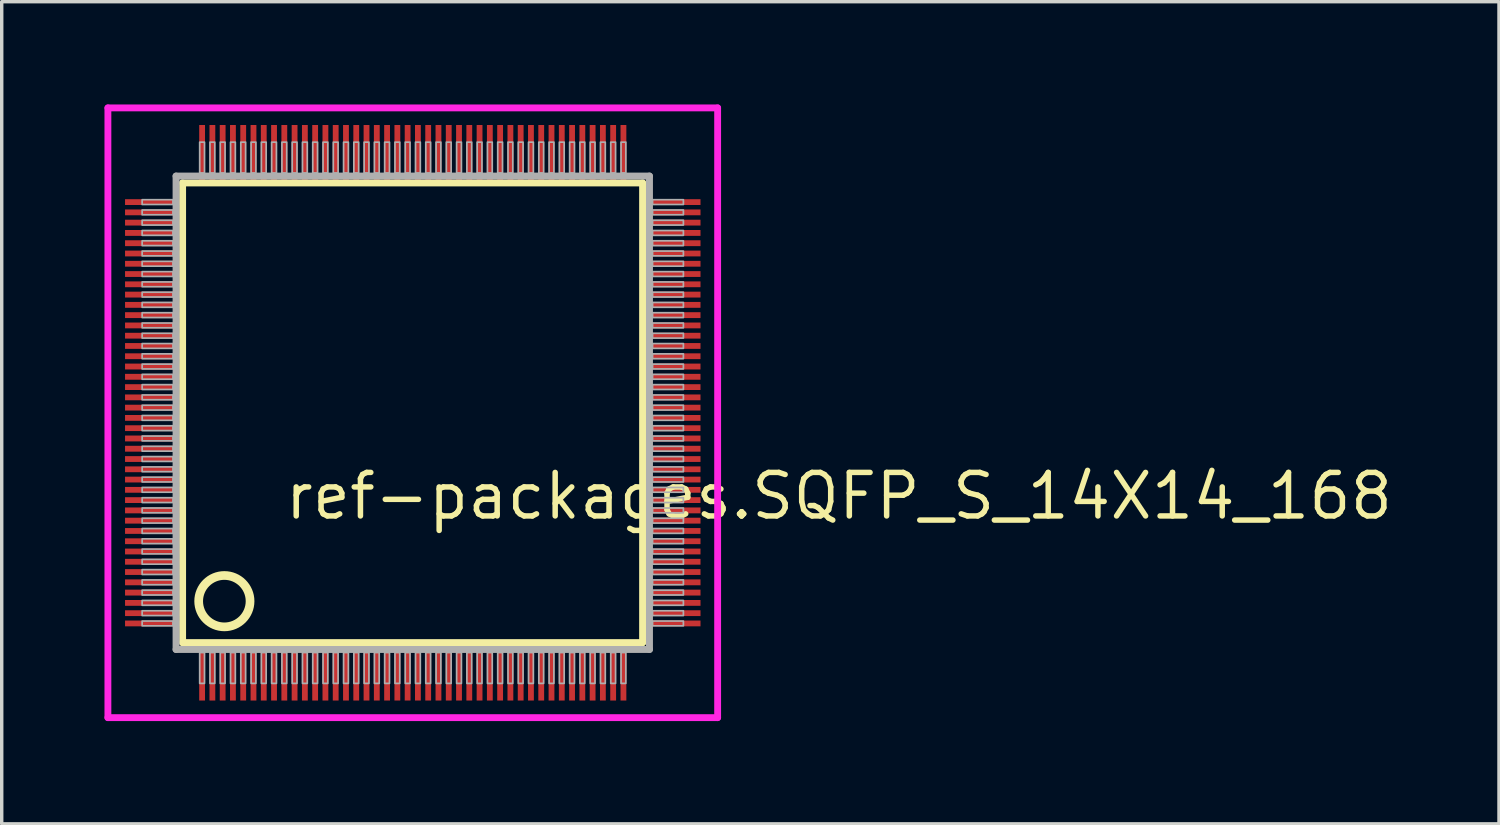
<source format=kicad_pcb>
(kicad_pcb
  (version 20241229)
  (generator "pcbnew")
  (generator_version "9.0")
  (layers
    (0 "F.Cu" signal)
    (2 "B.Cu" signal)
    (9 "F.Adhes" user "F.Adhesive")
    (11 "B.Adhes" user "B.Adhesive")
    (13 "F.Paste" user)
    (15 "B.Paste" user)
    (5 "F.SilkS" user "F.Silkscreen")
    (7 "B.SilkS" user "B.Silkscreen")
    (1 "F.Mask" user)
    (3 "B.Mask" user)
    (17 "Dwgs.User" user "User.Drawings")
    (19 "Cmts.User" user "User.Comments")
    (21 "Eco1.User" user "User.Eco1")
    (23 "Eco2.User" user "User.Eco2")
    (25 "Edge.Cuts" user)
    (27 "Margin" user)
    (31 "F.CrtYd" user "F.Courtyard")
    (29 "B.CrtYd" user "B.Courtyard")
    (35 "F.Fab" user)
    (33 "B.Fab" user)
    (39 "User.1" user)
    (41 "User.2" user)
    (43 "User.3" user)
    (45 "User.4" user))
  (footprint "ref-packages.SQFP_S_14X14_168"
    (layer "F.Cu")
    (at 9 9)
    (property "Reference" "ref-packages.SQFP_S_14X14_168" (at -3.81 3.175 0) (layer "F.SilkS") (effects (font (size 1.27 1.27) (thickness 0.16)) (justify left bottom)))
    (attr smd)
    (fp_line (start -6.72 -6.71) (end 6.71 -6.71) (stroke (width 0.203) (type default)) (layer "F.SilkS"))
    (fp_line (start -6.72 6.71) (end -6.72 -6.71) (stroke (width 0.203) (type default)) (layer "F.SilkS"))
    (fp_line (start 6.71 -6.71) (end 6.71 6.71) (stroke (width 0.203) (type default)) (layer "F.SilkS"))
    (fp_line (start 6.71 6.71) (end -6.72 6.71) (stroke (width 0.203) (type default)) (layer "F.SilkS"))
    (fp_circle (center -5.5 5.5) (end -4.75 5.5) (stroke (width 0.254) (type default)) (fill no) (layer "F.SilkS"))
    (fp_line (start -8.9 -8.9) (end 8.9 -8.9) (stroke (width 0.2) (type default)) (layer "F.CrtYd"))
    (fp_line (start -8.9 8.9) (end -8.9 -8.9) (stroke (width 0.2) (type default)) (layer "F.CrtYd"))
    (fp_line (start 8.9 -8.9) (end 8.9 8.9) (stroke (width 0.2) (type default)) (layer "F.CrtYd"))
    (fp_line (start 8.9 8.9) (end -8.9 8.9) (stroke (width 0.2) (type default)) (layer "F.CrtYd"))
    (fp_line (start -6.91 -6.91) (end -6.91 6.91) (stroke (width 0.203) (type default)) (layer "F.Fab"))
    (fp_line (start -6.91 6.91) (end 6.91 6.91) (stroke (width 0.203) (type default)) (layer "F.Fab"))
    (fp_line (start 6.91 -6.91) (end -6.91 -6.91) (stroke (width 0.203) (type default)) (layer "F.Fab"))
    (fp_line (start 6.91 6.91) (end 6.91 -6.91) (stroke (width 0.203) (type default)) (layer "F.Fab"))
    (fp_rect (start -7.9 -6.08) (end -7 -6.22) (stroke (width 0.05) (type default)) (fill no) (layer "F.Fab"))
    (fp_rect (start -7.9 -5.78) (end -7 -5.92) (stroke (width 0.05) (type default)) (fill no) (layer "F.Fab"))
    (fp_rect (start -7.9 -5.48) (end -7 -5.62) (stroke (width 0.05) (type default)) (fill no) (layer "F.Fab"))
    (fp_rect (start -7.9 -5.18) (end -7 -5.32) (stroke (width 0.05) (type default)) (fill no) (layer "F.Fab"))
    (fp_rect (start -7.9 -4.88) (end -7 -5.02) (stroke (width 0.05) (type default)) (fill no) (layer "F.Fab"))
    (fp_rect (start -7.9 -4.58) (end -7 -4.72) (stroke (width 0.05) (type default)) (fill no) (layer "F.Fab"))
    (fp_rect (start -7.9 -4.28) (end -7 -4.42) (stroke (width 0.05) (type default)) (fill no) (layer "F.Fab"))
    (fp_rect (start -7.9 -3.98) (end -7 -4.12) (stroke (width 0.05) (type default)) (fill no) (layer "F.Fab"))
    (fp_rect (start -7.9 -3.68) (end -7 -3.82) (stroke (width 0.05) (type default)) (fill no) (layer "F.Fab"))
    (fp_rect (start -7.9 -3.38) (end -7 -3.52) (stroke (width 0.05) (type default)) (fill no) (layer "F.Fab"))
    (fp_rect (start -7.9 -3.08) (end -7 -3.22) (stroke (width 0.05) (type default)) (fill no) (layer "F.Fab"))
    (fp_rect (start -7.9 -2.78) (end -7 -2.92) (stroke (width 0.05) (type default)) (fill no) (layer "F.Fab"))
    (fp_rect (start -7.9 -2.48) (end -7 -2.62) (stroke (width 0.05) (type default)) (fill no) (layer "F.Fab"))
    (fp_rect (start -7.9 -2.18) (end -7 -2.32) (stroke (width 0.05) (type default)) (fill no) (layer "F.Fab"))
    (fp_rect (start -7.9 -1.88) (end -7 -2.02) (stroke (width 0.05) (type default)) (fill no) (layer "F.Fab"))
    (fp_rect (start -7.9 -1.58) (end -7 -1.72) (stroke (width 0.05) (type default)) (fill no) (layer "F.Fab"))
    (fp_rect (start -7.9 -1.28) (end -7 -1.42) (stroke (width 0.05) (type default)) (fill no) (layer "F.Fab"))
    (fp_rect (start -7.9 -0.98) (end -7 -1.12) (stroke (width 0.05) (type default)) (fill no) (layer "F.Fab"))
    (fp_rect (start -7.9 -0.68) (end -7 -0.82) (stroke (width 0.05) (type default)) (fill no) (layer "F.Fab"))
    (fp_rect (start -7.9 -0.38) (end -7 -0.52) (stroke (width 0.05) (type default)) (fill no) (layer "F.Fab"))
    (fp_rect (start -7.9 -0.08) (end -7 -0.22) (stroke (width 0.05) (type default)) (fill no) (layer "F.Fab"))
    (fp_rect (start -7.9 0.22) (end -7 0.08) (stroke (width 0.05) (type default)) (fill no) (layer "F.Fab"))
    (fp_rect (start -7.9 0.52) (end -7 0.38) (stroke (width 0.05) (type default)) (fill no) (layer "F.Fab"))
    (fp_rect (start -7.9 0.82) (end -7 0.68) (stroke (width 0.05) (type default)) (fill no) (layer "F.Fab"))
    (fp_rect (start -7.9 1.12) (end -7 0.98) (stroke (width 0.05) (type default)) (fill no) (layer "F.Fab"))
    (fp_rect (start -7.9 1.42) (end -7 1.28) (stroke (width 0.05) (type default)) (fill no) (layer "F.Fab"))
    (fp_rect (start -7.9 1.72) (end -7 1.58) (stroke (width 0.05) (type default)) (fill no) (layer "F.Fab"))
    (fp_rect (start -7.9 2.02) (end -7 1.88) (stroke (width 0.05) (type default)) (fill no) (layer "F.Fab"))
    (fp_rect (start -7.9 2.32) (end -7 2.18) (stroke (width 0.05) (type default)) (fill no) (layer "F.Fab"))
    (fp_rect (start -7.9 2.62) (end -7 2.48) (stroke (width 0.05) (type default)) (fill no) (layer "F.Fab"))
    (fp_rect (start -7.9 2.92) (end -7 2.78) (stroke (width 0.05) (type default)) (fill no) (layer "F.Fab"))
    (fp_rect (start -7.9 3.22) (end -7 3.08) (stroke (width 0.05) (type default)) (fill no) (layer "F.Fab"))
    (fp_rect (start -7.9 3.52) (end -7 3.38) (stroke (width 0.05) (type default)) (fill no) (layer "F.Fab"))
    (fp_rect (start -7.9 3.82) (end -7 3.68) (stroke (width 0.05) (type default)) (fill no) (layer "F.Fab"))
    (fp_rect (start -7.9 4.12) (end -7 3.98) (stroke (width 0.05) (type default)) (fill no) (layer "F.Fab"))
    (fp_rect (start -7.9 4.42) (end -7 4.28) (stroke (width 0.05) (type default)) (fill no) (layer "F.Fab"))
    (fp_rect (start -7.9 4.72) (end -7 4.58) (stroke (width 0.05) (type default)) (fill no) (layer "F.Fab"))
    (fp_rect (start -7.9 5.02) (end -7 4.88) (stroke (width 0.05) (type default)) (fill no) (layer "F.Fab"))
    (fp_rect (start -7.9 5.32) (end -7 5.18) (stroke (width 0.05) (type default)) (fill no) (layer "F.Fab"))
    (fp_rect (start -7.9 5.62) (end -7 5.48) (stroke (width 0.05) (type default)) (fill no) (layer "F.Fab"))
    (fp_rect (start -7.9 5.92) (end -7 5.78) (stroke (width 0.05) (type default)) (fill no) (layer "F.Fab"))
    (fp_rect (start -7.9 6.22) (end -7 6.08) (stroke (width 0.05) (type default)) (fill no) (layer "F.Fab"))
    (fp_rect (start -6.22 -7) (end -6.08 -7.9) (stroke (width 0.05) (type default)) (fill no) (layer "F.Fab"))
    (fp_rect (start -6.22 7.9) (end -6.08 7) (stroke (width 0.05) (type default)) (fill no) (layer "F.Fab"))
    (fp_rect (start -5.92 -7) (end -5.78 -7.9) (stroke (width 0.05) (type default)) (fill no) (layer "F.Fab"))
    (fp_rect (start -5.92 7.9) (end -5.78 7) (stroke (width 0.05) (type default)) (fill no) (layer "F.Fab"))
    (fp_rect (start -5.62 -7) (end -5.48 -7.9) (stroke (width 0.05) (type default)) (fill no) (layer "F.Fab"))
    (fp_rect (start -5.62 7.9) (end -5.48 7) (stroke (width 0.05) (type default)) (fill no) (layer "F.Fab"))
    (fp_rect (start -5.32 -7) (end -5.18 -7.9) (stroke (width 0.05) (type default)) (fill no) (layer "F.Fab"))
    (fp_rect (start -5.32 7.9) (end -5.18 7) (stroke (width 0.05) (type default)) (fill no) (layer "F.Fab"))
    (fp_rect (start -5.02 -7) (end -4.88 -7.9) (stroke (width 0.05) (type default)) (fill no) (layer "F.Fab"))
    (fp_rect (start -5.02 7.9) (end -4.88 7) (stroke (width 0.05) (type default)) (fill no) (layer "F.Fab"))
    (fp_rect (start -4.72 -7) (end -4.58 -7.9) (stroke (width 0.05) (type default)) (fill no) (layer "F.Fab"))
    (fp_rect (start -4.72 7.9) (end -4.58 7) (stroke (width 0.05) (type default)) (fill no) (layer "F.Fab"))
    (fp_rect (start -4.42 -7) (end -4.28 -7.9) (stroke (width 0.05) (type default)) (fill no) (layer "F.Fab"))
    (fp_rect (start -4.42 7.9) (end -4.28 7) (stroke (width 0.05) (type default)) (fill no) (layer "F.Fab"))
    (fp_rect (start -4.12 -7) (end -3.98 -7.9) (stroke (width 0.05) (type default)) (fill no) (layer "F.Fab"))
    (fp_rect (start -4.12 7.9) (end -3.98 7) (stroke (width 0.05) (type default)) (fill no) (layer "F.Fab"))
    (fp_rect (start -3.82 -7) (end -3.68 -7.9) (stroke (width 0.05) (type default)) (fill no) (layer "F.Fab"))
    (fp_rect (start -3.82 7.9) (end -3.68 7) (stroke (width 0.05) (type default)) (fill no) (layer "F.Fab"))
    (fp_rect (start -3.52 -7) (end -3.38 -7.9) (stroke (width 0.05) (type default)) (fill no) (layer "F.Fab"))
    (fp_rect (start -3.52 7.9) (end -3.38 7) (stroke (width 0.05) (type default)) (fill no) (layer "F.Fab"))
    (fp_rect (start -3.22 -7) (end -3.08 -7.9) (stroke (width 0.05) (type default)) (fill no) (layer "F.Fab"))
    (fp_rect (start -3.22 7.9) (end -3.08 7) (stroke (width 0.05) (type default)) (fill no) (layer "F.Fab"))
    (fp_rect (start -2.92 -7) (end -2.78 -7.9) (stroke (width 0.05) (type default)) (fill no) (layer "F.Fab"))
    (fp_rect (start -2.92 7.9) (end -2.78 7) (stroke (width 0.05) (type default)) (fill no) (layer "F.Fab"))
    (fp_rect (start -2.62 -7) (end -2.48 -7.9) (stroke (width 0.05) (type default)) (fill no) (layer "F.Fab"))
    (fp_rect (start -2.62 7.9) (end -2.48 7) (stroke (width 0.05) (type default)) (fill no) (layer "F.Fab"))
    (fp_rect (start -2.32 -7) (end -2.18 -7.9) (stroke (width 0.05) (type default)) (fill no) (layer "F.Fab"))
    (fp_rect (start -2.32 7.9) (end -2.18 7) (stroke (width 0.05) (type default)) (fill no) (layer "F.Fab"))
    (fp_rect (start -2.02 -7) (end -1.88 -7.9) (stroke (width 0.05) (type default)) (fill no) (layer "F.Fab"))
    (fp_rect (start -2.02 7.9) (end -1.88 7) (stroke (width 0.05) (type default)) (fill no) (layer "F.Fab"))
    (fp_rect (start -1.72 -7) (end -1.58 -7.9) (stroke (width 0.05) (type default)) (fill no) (layer "F.Fab"))
    (fp_rect (start -1.72 7.9) (end -1.58 7) (stroke (width 0.05) (type default)) (fill no) (layer "F.Fab"))
    (fp_rect (start -1.42 -7) (end -1.28 -7.9) (stroke (width 0.05) (type default)) (fill no) (layer "F.Fab"))
    (fp_rect (start -1.42 7.9) (end -1.28 7) (stroke (width 0.05) (type default)) (fill no) (layer "F.Fab"))
    (fp_rect (start -1.12 -7) (end -0.98 -7.9) (stroke (width 0.05) (type default)) (fill no) (layer "F.Fab"))
    (fp_rect (start -1.12 7.9) (end -0.98 7) (stroke (width 0.05) (type default)) (fill no) (layer "F.Fab"))
    (fp_rect (start -0.82 -7) (end -0.68 -7.9) (stroke (width 0.05) (type default)) (fill no) (layer "F.Fab"))
    (fp_rect (start -0.82 7.9) (end -0.68 7) (stroke (width 0.05) (type default)) (fill no) (layer "F.Fab"))
    (fp_rect (start -0.52 -7) (end -0.38 -7.9) (stroke (width 0.05) (type default)) (fill no) (layer "F.Fab"))
    (fp_rect (start -0.52 7.9) (end -0.38 7) (stroke (width 0.05) (type default)) (fill no) (layer "F.Fab"))
    (fp_rect (start -0.22 -7) (end -0.08 -7.9) (stroke (width 0.05) (type default)) (fill no) (layer "F.Fab"))
    (fp_rect (start -0.22 7.9) (end -0.08 7) (stroke (width 0.05) (type default)) (fill no) (layer "F.Fab"))
    (fp_rect (start 0.08 -7) (end 0.22 -7.9) (stroke (width 0.05) (type default)) (fill no) (layer "F.Fab"))
    (fp_rect (start 0.08 7.9) (end 0.22 7) (stroke (width 0.05) (type default)) (fill no) (layer "F.Fab"))
    (fp_rect (start 0.38 -7) (end 0.52 -7.9) (stroke (width 0.05) (type default)) (fill no) (layer "F.Fab"))
    (fp_rect (start 0.38 7.9) (end 0.52 7) (stroke (width 0.05) (type default)) (fill no) (layer "F.Fab"))
    (fp_rect (start 0.68 -7) (end 0.82 -7.9) (stroke (width 0.05) (type default)) (fill no) (layer "F.Fab"))
    (fp_rect (start 0.68 7.9) (end 0.82 7) (stroke (width 0.05) (type default)) (fill no) (layer "F.Fab"))
    (fp_rect (start 0.98 -7) (end 1.12 -7.9) (stroke (width 0.05) (type default)) (fill no) (layer "F.Fab"))
    (fp_rect (start 0.98 7.9) (end 1.12 7) (stroke (width 0.05) (type default)) (fill no) (layer "F.Fab"))
    (fp_rect (start 1.28 -7) (end 1.42 -7.9) (stroke (width 0.05) (type default)) (fill no) (layer "F.Fab"))
    (fp_rect (start 1.28 7.9) (end 1.42 7) (stroke (width 0.05) (type default)) (fill no) (layer "F.Fab"))
    (fp_rect (start 1.58 -7) (end 1.72 -7.9) (stroke (width 0.05) (type default)) (fill no) (layer "F.Fab"))
    (fp_rect (start 1.58 7.9) (end 1.72 7) (stroke (width 0.05) (type default)) (fill no) (layer "F.Fab"))
    (fp_rect (start 1.88 -7) (end 2.02 -7.9) (stroke (width 0.05) (type default)) (fill no) (layer "F.Fab"))
    (fp_rect (start 1.88 7.9) (end 2.02 7) (stroke (width 0.05) (type default)) (fill no) (layer "F.Fab"))
    (fp_rect (start 2.18 -7) (end 2.32 -7.9) (stroke (width 0.05) (type default)) (fill no) (layer "F.Fab"))
    (fp_rect (start 2.18 7.9) (end 2.32 7) (stroke (width 0.05) (type default)) (fill no) (layer "F.Fab"))
    (fp_rect (start 2.48 -7) (end 2.62 -7.9) (stroke (width 0.05) (type default)) (fill no) (layer "F.Fab"))
    (fp_rect (start 2.48 7.9) (end 2.62 7) (stroke (width 0.05) (type default)) (fill no) (layer "F.Fab"))
    (fp_rect (start 2.78 -7) (end 2.92 -7.9) (stroke (width 0.05) (type default)) (fill no) (layer "F.Fab"))
    (fp_rect (start 2.78 7.9) (end 2.92 7) (stroke (width 0.05) (type default)) (fill no) (layer "F.Fab"))
    (fp_rect (start 3.08 -7) (end 3.22 -7.9) (stroke (width 0.05) (type default)) (fill no) (layer "F.Fab"))
    (fp_rect (start 3.08 7.9) (end 3.22 7) (stroke (width 0.05) (type default)) (fill no) (layer "F.Fab"))
    (fp_rect (start 3.38 -7) (end 3.52 -7.9) (stroke (width 0.05) (type default)) (fill no) (layer "F.Fab"))
    (fp_rect (start 3.38 7.9) (end 3.52 7) (stroke (width 0.05) (type default)) (fill no) (layer "F.Fab"))
    (fp_rect (start 3.68 -7) (end 3.82 -7.9) (stroke (width 0.05) (type default)) (fill no) (layer "F.Fab"))
    (fp_rect (start 3.68 7.9) (end 3.82 7) (stroke (width 0.05) (type default)) (fill no) (layer "F.Fab"))
    (fp_rect (start 3.98 -7) (end 4.12 -7.9) (stroke (width 0.05) (type default)) (fill no) (layer "F.Fab"))
    (fp_rect (start 3.98 7.9) (end 4.12 7) (stroke (width 0.05) (type default)) (fill no) (layer "F.Fab"))
    (fp_rect (start 4.28 -7) (end 4.42 -7.9) (stroke (width 0.05) (type default)) (fill no) (layer "F.Fab"))
    (fp_rect (start 4.28 7.9) (end 4.42 7) (stroke (width 0.05) (type default)) (fill no) (layer "F.Fab"))
    (fp_rect (start 4.58 -7) (end 4.72 -7.9) (stroke (width 0.05) (type default)) (fill no) (layer "F.Fab"))
    (fp_rect (start 4.58 7.9) (end 4.72 7) (stroke (width 0.05) (type default)) (fill no) (layer "F.Fab"))
    (fp_rect (start 4.88 -7) (end 5.02 -7.9) (stroke (width 0.05) (type default)) (fill no) (layer "F.Fab"))
    (fp_rect (start 4.88 7.9) (end 5.02 7) (stroke (width 0.05) (type default)) (fill no) (layer "F.Fab"))
    (fp_rect (start 5.18 -7) (end 5.32 -7.9) (stroke (width 0.05) (type default)) (fill no) (layer "F.Fab"))
    (fp_rect (start 5.18 7.9) (end 5.32 7) (stroke (width 0.05) (type default)) (fill no) (layer "F.Fab"))
    (fp_rect (start 5.48 -7) (end 5.62 -7.9) (stroke (width 0.05) (type default)) (fill no) (layer "F.Fab"))
    (fp_rect (start 5.48 7.9) (end 5.62 7) (stroke (width 0.05) (type default)) (fill no) (layer "F.Fab"))
    (fp_rect (start 5.78 -7) (end 5.92 -7.9) (stroke (width 0.05) (type default)) (fill no) (layer "F.Fab"))
    (fp_rect (start 5.78 7.9) (end 5.92 7) (stroke (width 0.05) (type default)) (fill no) (layer "F.Fab"))
    (fp_rect (start 6.08 -7) (end 6.22 -7.9) (stroke (width 0.05) (type default)) (fill no) (layer "F.Fab"))
    (fp_rect (start 6.08 7.9) (end 6.22 7) (stroke (width 0.05) (type default)) (fill no) (layer "F.Fab"))
    (fp_rect (start 7 -6.08) (end 7.9 -6.22) (stroke (width 0.05) (type default)) (fill no) (layer "F.Fab"))
    (fp_rect (start 7 -5.78) (end 7.9 -5.92) (stroke (width 0.05) (type default)) (fill no) (layer "F.Fab"))
    (fp_rect (start 7 -5.48) (end 7.9 -5.62) (stroke (width 0.05) (type default)) (fill no) (layer "F.Fab"))
    (fp_rect (start 7 -5.18) (end 7.9 -5.32) (stroke (width 0.05) (type default)) (fill no) (layer "F.Fab"))
    (fp_rect (start 7 -4.88) (end 7.9 -5.02) (stroke (width 0.05) (type default)) (fill no) (layer "F.Fab"))
    (fp_rect (start 7 -4.58) (end 7.9 -4.72) (stroke (width 0.05) (type default)) (fill no) (layer "F.Fab"))
    (fp_rect (start 7 -4.28) (end 7.9 -4.42) (stroke (width 0.05) (type default)) (fill no) (layer "F.Fab"))
    (fp_rect (start 7 -3.98) (end 7.9 -4.12) (stroke (width 0.05) (type default)) (fill no) (layer "F.Fab"))
    (fp_rect (start 7 -3.68) (end 7.9 -3.82) (stroke (width 0.05) (type default)) (fill no) (layer "F.Fab"))
    (fp_rect (start 7 -3.38) (end 7.9 -3.52) (stroke (width 0.05) (type default)) (fill no) (layer "F.Fab"))
    (fp_rect (start 7 -3.08) (end 7.9 -3.22) (stroke (width 0.05) (type default)) (fill no) (layer "F.Fab"))
    (fp_rect (start 7 -2.78) (end 7.9 -2.92) (stroke (width 0.05) (type default)) (fill no) (layer "F.Fab"))
    (fp_rect (start 7 -2.48) (end 7.9 -2.62) (stroke (width 0.05) (type default)) (fill no) (layer "F.Fab"))
    (fp_rect (start 7 -2.18) (end 7.9 -2.32) (stroke (width 0.05) (type default)) (fill no) (layer "F.Fab"))
    (fp_rect (start 7 -1.88) (end 7.9 -2.02) (stroke (width 0.05) (type default)) (fill no) (layer "F.Fab"))
    (fp_rect (start 7 -1.58) (end 7.9 -1.72) (stroke (width 0.05) (type default)) (fill no) (layer "F.Fab"))
    (fp_rect (start 7 -1.28) (end 7.9 -1.42) (stroke (width 0.05) (type default)) (fill no) (layer "F.Fab"))
    (fp_rect (start 7 -0.98) (end 7.9 -1.12) (stroke (width 0.05) (type default)) (fill no) (layer "F.Fab"))
    (fp_rect (start 7 -0.68) (end 7.9 -0.82) (stroke (width 0.05) (type default)) (fill no) (layer "F.Fab"))
    (fp_rect (start 7 -0.38) (end 7.9 -0.52) (stroke (width 0.05) (type default)) (fill no) (layer "F.Fab"))
    (fp_rect (start 7 -0.08) (end 7.9 -0.22) (stroke (width 0.05) (type default)) (fill no) (layer "F.Fab"))
    (fp_rect (start 7 0.22) (end 7.9 0.08) (stroke (width 0.05) (type default)) (fill no) (layer "F.Fab"))
    (fp_rect (start 7 0.52) (end 7.9 0.38) (stroke (width 0.05) (type default)) (fill no) (layer "F.Fab"))
    (fp_rect (start 7 0.82) (end 7.9 0.68) (stroke (width 0.05) (type default)) (fill no) (layer "F.Fab"))
    (fp_rect (start 7 1.12) (end 7.9 0.98) (stroke (width 0.05) (type default)) (fill no) (layer "F.Fab"))
    (fp_rect (start 7 1.42) (end 7.9 1.28) (stroke (width 0.05) (type default)) (fill no) (layer "F.Fab"))
    (fp_rect (start 7 1.72) (end 7.9 1.58) (stroke (width 0.05) (type default)) (fill no) (layer "F.Fab"))
    (fp_rect (start 7 2.02) (end 7.9 1.88) (stroke (width 0.05) (type default)) (fill no) (layer "F.Fab"))
    (fp_rect (start 7 2.32) (end 7.9 2.18) (stroke (width 0.05) (type default)) (fill no) (layer "F.Fab"))
    (fp_rect (start 7 2.62) (end 7.9 2.48) (stroke (width 0.05) (type default)) (fill no) (layer "F.Fab"))
    (fp_rect (start 7 2.92) (end 7.9 2.78) (stroke (width 0.05) (type default)) (fill no) (layer "F.Fab"))
    (fp_rect (start 7 3.22) (end 7.9 3.08) (stroke (width 0.05) (type default)) (fill no) (layer "F.Fab"))
    (fp_rect (start 7 3.52) (end 7.9 3.38) (stroke (width 0.05) (type default)) (fill no) (layer "F.Fab"))
    (fp_rect (start 7 3.82) (end 7.9 3.68) (stroke (width 0.05) (type default)) (fill no) (layer "F.Fab"))
    (fp_rect (start 7 4.12) (end 7.9 3.98) (stroke (width 0.05) (type default)) (fill no) (layer "F.Fab"))
    (fp_rect (start 7 4.42) (end 7.9 4.28) (stroke (width 0.05) (type default)) (fill no) (layer "F.Fab"))
    (fp_rect (start 7 4.72) (end 7.9 4.58) (stroke (width 0.05) (type default)) (fill no) (layer "F.Fab"))
    (fp_rect (start 7 5.02) (end 7.9 4.88) (stroke (width 0.05) (type default)) (fill no) (layer "F.Fab"))
    (fp_rect (start 7 5.32) (end 7.9 5.18) (stroke (width 0.05) (type default)) (fill no) (layer "F.Fab"))
    (fp_rect (start 7 5.62) (end 7.9 5.48) (stroke (width 0.05) (type default)) (fill no) (layer "F.Fab"))
    (fp_rect (start 7 5.92) (end 7.9 5.78) (stroke (width 0.05) (type default)) (fill no) (layer "F.Fab"))
    (fp_rect (start 7 6.22) (end 7.9 6.08) (stroke (width 0.05) (type default)) (fill no) (layer "F.Fab"))
    (pad "1" smd roundrect (at -6.15 7.6) (size 0.17 1.6) (layers "F.Cu" "F.Mask" "F.Paste") (roundrect_rratio 0.01))
    (pad "2" smd roundrect (at -5.85 7.6) (size 0.17 1.6) (layers "F.Cu" "F.Mask" "F.Paste") (roundrect_rratio 0.01))
    (pad "3" smd roundrect (at -5.55 7.6) (size 0.17 1.6) (layers "F.Cu" "F.Mask" "F.Paste") (roundrect_rratio 0.01))
    (pad "4" smd roundrect (at -5.25 7.6) (size 0.17 1.6) (layers "F.Cu" "F.Mask" "F.Paste") (roundrect_rratio 0.01))
    (pad "5" smd roundrect (at -4.95 7.6) (size 0.17 1.6) (layers "F.Cu" "F.Mask" "F.Paste") (roundrect_rratio 0.01))
    (pad "6" smd roundrect (at -4.65 7.6) (size 0.17 1.6) (layers "F.Cu" "F.Mask" "F.Paste") (roundrect_rratio 0.01))
    (pad "7" smd roundrect (at -4.35 7.6) (size 0.17 1.6) (layers "F.Cu" "F.Mask" "F.Paste") (roundrect_rratio 0.01))
    (pad "8" smd roundrect (at -4.05 7.6) (size 0.17 1.6) (layers "F.Cu" "F.Mask" "F.Paste") (roundrect_rratio 0.01))
    (pad "9" smd roundrect (at -3.75 7.6) (size 0.17 1.6) (layers "F.Cu" "F.Mask" "F.Paste") (roundrect_rratio 0.01))
    (pad "10" smd roundrect (at -3.45 7.6) (size 0.17 1.6) (layers "F.Cu" "F.Mask" "F.Paste") (roundrect_rratio 0.01))
    (pad "11" smd roundrect (at -3.15 7.6) (size 0.17 1.6) (layers "F.Cu" "F.Mask" "F.Paste") (roundrect_rratio 0.01))
    (pad "12" smd roundrect (at -2.85 7.6) (size 0.17 1.6) (layers "F.Cu" "F.Mask" "F.Paste") (roundrect_rratio 0.01))
    (pad "13" smd roundrect (at -2.55 7.6) (size 0.17 1.6) (layers "F.Cu" "F.Mask" "F.Paste") (roundrect_rratio 0.01))
    (pad "14" smd roundrect (at -2.25 7.6) (size 0.17 1.6) (layers "F.Cu" "F.Mask" "F.Paste") (roundrect_rratio 0.01))
    (pad "15" smd roundrect (at -1.95 7.6) (size 0.17 1.6) (layers "F.Cu" "F.Mask" "F.Paste") (roundrect_rratio 0.01))
    (pad "16" smd roundrect (at -1.65 7.6) (size 0.17 1.6) (layers "F.Cu" "F.Mask" "F.Paste") (roundrect_rratio 0.01))
    (pad "17" smd roundrect (at -1.35 7.6) (size 0.17 1.6) (layers "F.Cu" "F.Mask" "F.Paste") (roundrect_rratio 0.01))
    (pad "18" smd roundrect (at -1.05 7.6) (size 0.17 1.6) (layers "F.Cu" "F.Mask" "F.Paste") (roundrect_rratio 0.01))
    (pad "19" smd roundrect (at -0.75 7.6) (size 0.17 1.6) (layers "F.Cu" "F.Mask" "F.Paste") (roundrect_rratio 0.01))
    (pad "20" smd roundrect (at -0.45 7.6) (size 0.17 1.6) (layers "F.Cu" "F.Mask" "F.Paste") (roundrect_rratio 0.01))
    (pad "21" smd roundrect (at -0.15 7.6) (size 0.17 1.6) (layers "F.Cu" "F.Mask" "F.Paste") (roundrect_rratio 0.01))
    (pad "22" smd roundrect (at 0.15 7.6) (size 0.17 1.6) (layers "F.Cu" "F.Mask" "F.Paste") (roundrect_rratio 0.01))
    (pad "23" smd roundrect (at 0.45 7.6) (size 0.17 1.6) (layers "F.Cu" "F.Mask" "F.Paste") (roundrect_rratio 0.01))
    (pad "24" smd roundrect (at 0.75 7.6) (size 0.17 1.6) (layers "F.Cu" "F.Mask" "F.Paste") (roundrect_rratio 0.01))
    (pad "25" smd roundrect (at 1.05 7.6) (size 0.17 1.6) (layers "F.Cu" "F.Mask" "F.Paste") (roundrect_rratio 0.01))
    (pad "26" smd roundrect (at 1.35 7.6) (size 0.17 1.6) (layers "F.Cu" "F.Mask" "F.Paste") (roundrect_rratio 0.01))
    (pad "27" smd roundrect (at 1.65 7.6) (size 0.17 1.6) (layers "F.Cu" "F.Mask" "F.Paste") (roundrect_rratio 0.01))
    (pad "28" smd roundrect (at 1.95 7.6) (size 0.17 1.6) (layers "F.Cu" "F.Mask" "F.Paste") (roundrect_rratio 0.01))
    (pad "29" smd roundrect (at 2.25 7.6) (size 0.17 1.6) (layers "F.Cu" "F.Mask" "F.Paste") (roundrect_rratio 0.01))
    (pad "30" smd roundrect (at 2.55 7.6) (size 0.17 1.6) (layers "F.Cu" "F.Mask" "F.Paste") (roundrect_rratio 0.01))
    (pad "31" smd roundrect (at 2.85 7.6) (size 0.17 1.6) (layers "F.Cu" "F.Mask" "F.Paste") (roundrect_rratio 0.01))
    (pad "32" smd roundrect (at 3.15 7.6) (size 0.17 1.6) (layers "F.Cu" "F.Mask" "F.Paste") (roundrect_rratio 0.01))
    (pad "33" smd roundrect (at 3.45 7.6) (size 0.17 1.6) (layers "F.Cu" "F.Mask" "F.Paste") (roundrect_rratio 0.01))
    (pad "34" smd roundrect (at 3.75 7.6) (size 0.17 1.6) (layers "F.Cu" "F.Mask" "F.Paste") (roundrect_rratio 0.01))
    (pad "35" smd roundrect (at 4.05 7.6) (size 0.17 1.6) (layers "F.Cu" "F.Mask" "F.Paste") (roundrect_rratio 0.01))
    (pad "36" smd roundrect (at 4.35 7.6) (size 0.17 1.6) (layers "F.Cu" "F.Mask" "F.Paste") (roundrect_rratio 0.01))
    (pad "37" smd roundrect (at 4.65 7.6) (size 0.17 1.6) (layers "F.Cu" "F.Mask" "F.Paste") (roundrect_rratio 0.01))
    (pad "38" smd roundrect (at 4.95 7.6) (size 0.17 1.6) (layers "F.Cu" "F.Mask" "F.Paste") (roundrect_rratio 0.01))
    (pad "39" smd roundrect (at 5.25 7.6) (size 0.17 1.6) (layers "F.Cu" "F.Mask" "F.Paste") (roundrect_rratio 0.01))
    (pad "40" smd roundrect (at 5.55 7.6) (size 0.17 1.6) (layers "F.Cu" "F.Mask" "F.Paste") (roundrect_rratio 0.01))
    (pad "41" smd roundrect (at 5.85 7.6) (size 0.17 1.6) (layers "F.Cu" "F.Mask" "F.Paste") (roundrect_rratio 0.01))
    (pad "42" smd roundrect (at 6.15 7.6) (size 0.17 1.6) (layers "F.Cu" "F.Mask" "F.Paste") (roundrect_rratio 0.01))
    (pad "43" smd roundrect (at 7.6 6.15) (size 1.6 0.17) (layers "F.Cu" "F.Mask" "F.Paste") (roundrect_rratio 0.01))
    (pad "44" smd roundrect (at 7.6 5.85) (size 1.6 0.17) (layers "F.Cu" "F.Mask" "F.Paste") (roundrect_rratio 0.01))
    (pad "45" smd roundrect (at 7.6 5.55) (size 1.6 0.17) (layers "F.Cu" "F.Mask" "F.Paste") (roundrect_rratio 0.01))
    (pad "46" smd roundrect (at 7.6 5.25) (size 1.6 0.17) (layers "F.Cu" "F.Mask" "F.Paste") (roundrect_rratio 0.01))
    (pad "47" smd roundrect (at 7.6 4.95) (size 1.6 0.17) (layers "F.Cu" "F.Mask" "F.Paste") (roundrect_rratio 0.01))
    (pad "48" smd roundrect (at 7.6 4.65) (size 1.6 0.17) (layers "F.Cu" "F.Mask" "F.Paste") (roundrect_rratio 0.01))
    (pad "49" smd roundrect (at 7.6 4.35) (size 1.6 0.17) (layers "F.Cu" "F.Mask" "F.Paste") (roundrect_rratio 0.01))
    (pad "50" smd roundrect (at 7.6 4.05) (size 1.6 0.17) (layers "F.Cu" "F.Mask" "F.Paste") (roundrect_rratio 0.01))
    (pad "51" smd roundrect (at 7.6 3.75) (size 1.6 0.17) (layers "F.Cu" "F.Mask" "F.Paste") (roundrect_rratio 0.01))
    (pad "52" smd roundrect (at 7.6 3.45) (size 1.6 0.17) (layers "F.Cu" "F.Mask" "F.Paste") (roundrect_rratio 0.01))
    (pad "53" smd roundrect (at 7.6 3.15) (size 1.6 0.17) (layers "F.Cu" "F.Mask" "F.Paste") (roundrect_rratio 0.01))
    (pad "54" smd roundrect (at 7.6 2.85) (size 1.6 0.17) (layers "F.Cu" "F.Mask" "F.Paste") (roundrect_rratio 0.01))
    (pad "55" smd roundrect (at 7.6 2.55) (size 1.6 0.17) (layers "F.Cu" "F.Mask" "F.Paste") (roundrect_rratio 0.01))
    (pad "56" smd roundrect (at 7.6 2.25) (size 1.6 0.17) (layers "F.Cu" "F.Mask" "F.Paste") (roundrect_rratio 0.01))
    (pad "57" smd roundrect (at 7.6 1.95) (size 1.6 0.17) (layers "F.Cu" "F.Mask" "F.Paste") (roundrect_rratio 0.01))
    (pad "58" smd roundrect (at 7.6 1.65) (size 1.6 0.17) (layers "F.Cu" "F.Mask" "F.Paste") (roundrect_rratio 0.01))
    (pad "59" smd roundrect (at 7.6 1.35) (size 1.6 0.17) (layers "F.Cu" "F.Mask" "F.Paste") (roundrect_rratio 0.01))
    (pad "60" smd roundrect (at 7.6 1.05) (size 1.6 0.17) (layers "F.Cu" "F.Mask" "F.Paste") (roundrect_rratio 0.01))
    (pad "61" smd roundrect (at 7.6 0.75) (size 1.6 0.17) (layers "F.Cu" "F.Mask" "F.Paste") (roundrect_rratio 0.01))
    (pad "62" smd roundrect (at 7.6 0.45) (size 1.6 0.17) (layers "F.Cu" "F.Mask" "F.Paste") (roundrect_rratio 0.01))
    (pad "63" smd roundrect (at 7.6 0.15) (size 1.6 0.17) (layers "F.Cu" "F.Mask" "F.Paste") (roundrect_rratio 0.01))
    (pad "64" smd roundrect (at 7.6 -0.15) (size 1.6 0.17) (layers "F.Cu" "F.Mask" "F.Paste") (roundrect_rratio 0.01))
    (pad "65" smd roundrect (at 7.6 -0.45) (size 1.6 0.17) (layers "F.Cu" "F.Mask" "F.Paste") (roundrect_rratio 0.01))
    (pad "66" smd roundrect (at 7.6 -0.75) (size 1.6 0.17) (layers "F.Cu" "F.Mask" "F.Paste") (roundrect_rratio 0.01))
    (pad "67" smd roundrect (at 7.6 -1.05) (size 1.6 0.17) (layers "F.Cu" "F.Mask" "F.Paste") (roundrect_rratio 0.01))
    (pad "68" smd roundrect (at 7.6 -1.35) (size 1.6 0.17) (layers "F.Cu" "F.Mask" "F.Paste") (roundrect_rratio 0.01))
    (pad "69" smd roundrect (at 7.6 -1.65) (size 1.6 0.17) (layers "F.Cu" "F.Mask" "F.Paste") (roundrect_rratio 0.01))
    (pad "70" smd roundrect (at 7.6 -1.95) (size 1.6 0.17) (layers "F.Cu" "F.Mask" "F.Paste") (roundrect_rratio 0.01))
    (pad "71" smd roundrect (at 7.6 -2.25) (size 1.6 0.17) (layers "F.Cu" "F.Mask" "F.Paste") (roundrect_rratio 0.01))
    (pad "72" smd roundrect (at 7.6 -2.55) (size 1.6 0.17) (layers "F.Cu" "F.Mask" "F.Paste") (roundrect_rratio 0.01))
    (pad "73" smd roundrect (at 7.6 -2.85) (size 1.6 0.17) (layers "F.Cu" "F.Mask" "F.Paste") (roundrect_rratio 0.01))
    (pad "74" smd roundrect (at 7.6 -3.15) (size 1.6 0.17) (layers "F.Cu" "F.Mask" "F.Paste") (roundrect_rratio 0.01))
    (pad "75" smd roundrect (at 7.6 -3.45) (size 1.6 0.17) (layers "F.Cu" "F.Mask" "F.Paste") (roundrect_rratio 0.01))
    (pad "76" smd roundrect (at 7.6 -3.75) (size 1.6 0.17) (layers "F.Cu" "F.Mask" "F.Paste") (roundrect_rratio 0.01))
    (pad "77" smd roundrect (at 7.6 -4.05) (size 1.6 0.17) (layers "F.Cu" "F.Mask" "F.Paste") (roundrect_rratio 0.01))
    (pad "78" smd roundrect (at 7.6 -4.35) (size 1.6 0.17) (layers "F.Cu" "F.Mask" "F.Paste") (roundrect_rratio 0.01))
    (pad "79" smd roundrect (at 7.6 -4.65) (size 1.6 0.17) (layers "F.Cu" "F.Mask" "F.Paste") (roundrect_rratio 0.01))
    (pad "80" smd roundrect (at 7.6 -4.95) (size 1.6 0.17) (layers "F.Cu" "F.Mask" "F.Paste") (roundrect_rratio 0.01))
    (pad "81" smd roundrect (at 7.6 -5.25) (size 1.6 0.17) (layers "F.Cu" "F.Mask" "F.Paste") (roundrect_rratio 0.01))
    (pad "82" smd roundrect (at 7.6 -5.55) (size 1.6 0.17) (layers "F.Cu" "F.Mask" "F.Paste") (roundrect_rratio 0.01))
    (pad "83" smd roundrect (at 7.6 -5.85) (size 1.6 0.17) (layers "F.Cu" "F.Mask" "F.Paste") (roundrect_rratio 0.01))
    (pad "84" smd roundrect (at 7.6 -6.15) (size 1.6 0.17) (layers "F.Cu" "F.Mask" "F.Paste") (roundrect_rratio 0.01))
    (pad "85" smd roundrect (at 6.15 -7.6) (size 0.17 1.6) (layers "F.Cu" "F.Mask" "F.Paste") (roundrect_rratio 0.01))
    (pad "86" smd roundrect (at 5.85 -7.6) (size 0.17 1.6) (layers "F.Cu" "F.Mask" "F.Paste") (roundrect_rratio 0.01))
    (pad "87" smd roundrect (at 5.55 -7.6) (size 0.17 1.6) (layers "F.Cu" "F.Mask" "F.Paste") (roundrect_rratio 0.01))
    (pad "88" smd roundrect (at 5.25 -7.6) (size 0.17 1.6) (layers "F.Cu" "F.Mask" "F.Paste") (roundrect_rratio 0.01))
    (pad "89" smd roundrect (at 4.95 -7.6) (size 0.17 1.6) (layers "F.Cu" "F.Mask" "F.Paste") (roundrect_rratio 0.01))
    (pad "90" smd roundrect (at 4.65 -7.6) (size 0.17 1.6) (layers "F.Cu" "F.Mask" "F.Paste") (roundrect_rratio 0.01))
    (pad "91" smd roundrect (at 4.35 -7.6) (size 0.17 1.6) (layers "F.Cu" "F.Mask" "F.Paste") (roundrect_rratio 0.01))
    (pad "92" smd roundrect (at 4.05 -7.6) (size 0.17 1.6) (layers "F.Cu" "F.Mask" "F.Paste") (roundrect_rratio 0.01))
    (pad "93" smd roundrect (at 3.75 -7.6) (size 0.17 1.6) (layers "F.Cu" "F.Mask" "F.Paste") (roundrect_rratio 0.01))
    (pad "94" smd roundrect (at 3.45 -7.6) (size 0.17 1.6) (layers "F.Cu" "F.Mask" "F.Paste") (roundrect_rratio 0.01))
    (pad "95" smd roundrect (at 3.15 -7.6) (size 0.17 1.6) (layers "F.Cu" "F.Mask" "F.Paste") (roundrect_rratio 0.01))
    (pad "96" smd roundrect (at 2.85 -7.6) (size 0.17 1.6) (layers "F.Cu" "F.Mask" "F.Paste") (roundrect_rratio 0.01))
    (pad "97" smd roundrect (at 2.55 -7.6) (size 0.17 1.6) (layers "F.Cu" "F.Mask" "F.Paste") (roundrect_rratio 0.01))
    (pad "98" smd roundrect (at 2.25 -7.6) (size 0.17 1.6) (layers "F.Cu" "F.Mask" "F.Paste") (roundrect_rratio 0.01))
    (pad "99" smd roundrect (at 1.95 -7.6) (size 0.17 1.6) (layers "F.Cu" "F.Mask" "F.Paste") (roundrect_rratio 0.01))
    (pad "100" smd roundrect (at 1.65 -7.6) (size 0.17 1.6) (layers "F.Cu" "F.Mask" "F.Paste") (roundrect_rratio 0.01))
    (pad "101" smd roundrect (at 1.35 -7.6) (size 0.17 1.6) (layers "F.Cu" "F.Mask" "F.Paste") (roundrect_rratio 0.01))
    (pad "102" smd roundrect (at 1.05 -7.6) (size 0.17 1.6) (layers "F.Cu" "F.Mask" "F.Paste") (roundrect_rratio 0.01))
    (pad "103" smd roundrect (at 0.75 -7.6) (size 0.17 1.6) (layers "F.Cu" "F.Mask" "F.Paste") (roundrect_rratio 0.01))
    (pad "104" smd roundrect (at 0.45 -7.6) (size 0.17 1.6) (layers "F.Cu" "F.Mask" "F.Paste") (roundrect_rratio 0.01))
    (pad "105" smd roundrect (at 0.15 -7.6) (size 0.17 1.6) (layers "F.Cu" "F.Mask" "F.Paste") (roundrect_rratio 0.01))
    (pad "106" smd roundrect (at -0.15 -7.6) (size 0.17 1.6) (layers "F.Cu" "F.Mask" "F.Paste") (roundrect_rratio 0.01))
    (pad "107" smd roundrect (at -0.45 -7.6) (size 0.17 1.6) (layers "F.Cu" "F.Mask" "F.Paste") (roundrect_rratio 0.01))
    (pad "108" smd roundrect (at -0.75 -7.6) (size 0.17 1.6) (layers "F.Cu" "F.Mask" "F.Paste") (roundrect_rratio 0.01))
    (pad "109" smd roundrect (at -1.05 -7.6) (size 0.17 1.6) (layers "F.Cu" "F.Mask" "F.Paste") (roundrect_rratio 0.01))
    (pad "110" smd roundrect (at -1.35 -7.6) (size 0.17 1.6) (layers "F.Cu" "F.Mask" "F.Paste") (roundrect_rratio 0.01))
    (pad "111" smd roundrect (at -1.65 -7.6) (size 0.17 1.6) (layers "F.Cu" "F.Mask" "F.Paste") (roundrect_rratio 0.01))
    (pad "112" smd roundrect (at -1.95 -7.6) (size 0.17 1.6) (layers "F.Cu" "F.Mask" "F.Paste") (roundrect_rratio 0.01))
    (pad "113" smd roundrect (at -2.25 -7.6) (size 0.17 1.6) (layers "F.Cu" "F.Mask" "F.Paste") (roundrect_rratio 0.01))
    (pad "114" smd roundrect (at -2.55 -7.6) (size 0.17 1.6) (layers "F.Cu" "F.Mask" "F.Paste") (roundrect_rratio 0.01))
    (pad "115" smd roundrect (at -2.85 -7.6) (size 0.17 1.6) (layers "F.Cu" "F.Mask" "F.Paste") (roundrect_rratio 0.01))
    (pad "116" smd roundrect (at -3.15 -7.6) (size 0.17 1.6) (layers "F.Cu" "F.Mask" "F.Paste") (roundrect_rratio 0.01))
    (pad "117" smd roundrect (at -3.45 -7.6) (size 0.17 1.6) (layers "F.Cu" "F.Mask" "F.Paste") (roundrect_rratio 0.01))
    (pad "118" smd roundrect (at -3.75 -7.6) (size 0.17 1.6) (layers "F.Cu" "F.Mask" "F.Paste") (roundrect_rratio 0.01))
    (pad "119" smd roundrect (at -4.05 -7.6) (size 0.17 1.6) (layers "F.Cu" "F.Mask" "F.Paste") (roundrect_rratio 0.01))
    (pad "120" smd roundrect (at -4.35 -7.6) (size 0.17 1.6) (layers "F.Cu" "F.Mask" "F.Paste") (roundrect_rratio 0.01))
    (pad "121" smd roundrect (at -4.65 -7.6) (size 0.17 1.6) (layers "F.Cu" "F.Mask" "F.Paste") (roundrect_rratio 0.01))
    (pad "122" smd roundrect (at -4.95 -7.6) (size 0.17 1.6) (layers "F.Cu" "F.Mask" "F.Paste") (roundrect_rratio 0.01))
    (pad "123" smd roundrect (at -5.25 -7.6) (size 0.17 1.6) (layers "F.Cu" "F.Mask" "F.Paste") (roundrect_rratio 0.01))
    (pad "124" smd roundrect (at -5.55 -7.6) (size 0.17 1.6) (layers "F.Cu" "F.Mask" "F.Paste") (roundrect_rratio 0.01))
    (pad "125" smd roundrect (at -5.85 -7.6) (size 0.17 1.6) (layers "F.Cu" "F.Mask" "F.Paste") (roundrect_rratio 0.01))
    (pad "126" smd roundrect (at -6.15 -7.6) (size 0.17 1.6) (layers "F.Cu" "F.Mask" "F.Paste") (roundrect_rratio 0.01))
    (pad "127" smd roundrect (at -7.6 -6.15) (size 1.6 0.17) (layers "F.Cu" "F.Mask" "F.Paste") (roundrect_rratio 0.01))
    (pad "128" smd roundrect (at -7.6 -5.85) (size 1.6 0.17) (layers "F.Cu" "F.Mask" "F.Paste") (roundrect_rratio 0.01))
    (pad "129" smd roundrect (at -7.6 -5.55) (size 1.6 0.17) (layers "F.Cu" "F.Mask" "F.Paste") (roundrect_rratio 0.01))
    (pad "130" smd roundrect (at -7.6 -5.25) (size 1.6 0.17) (layers "F.Cu" "F.Mask" "F.Paste") (roundrect_rratio 0.01))
    (pad "131" smd roundrect (at -7.6 -4.95) (size 1.6 0.17) (layers "F.Cu" "F.Mask" "F.Paste") (roundrect_rratio 0.01))
    (pad "132" smd roundrect (at -7.6 -4.65) (size 1.6 0.17) (layers "F.Cu" "F.Mask" "F.Paste") (roundrect_rratio 0.01))
    (pad "133" smd roundrect (at -7.6 -4.35) (size 1.6 0.17) (layers "F.Cu" "F.Mask" "F.Paste") (roundrect_rratio 0.01))
    (pad "134" smd roundrect (at -7.6 -4.05) (size 1.6 0.17) (layers "F.Cu" "F.Mask" "F.Paste") (roundrect_rratio 0.01))
    (pad "135" smd roundrect (at -7.6 -3.75) (size 1.6 0.17) (layers "F.Cu" "F.Mask" "F.Paste") (roundrect_rratio 0.01))
    (pad "136" smd roundrect (at -7.6 -3.45) (size 1.6 0.17) (layers "F.Cu" "F.Mask" "F.Paste") (roundrect_rratio 0.01))
    (pad "137" smd roundrect (at -7.6 -3.15) (size 1.6 0.17) (layers "F.Cu" "F.Mask" "F.Paste") (roundrect_rratio 0.01))
    (pad "138" smd roundrect (at -7.6 -2.85) (size 1.6 0.17) (layers "F.Cu" "F.Mask" "F.Paste") (roundrect_rratio 0.01))
    (pad "139" smd roundrect (at -7.6 -2.55) (size 1.6 0.17) (layers "F.Cu" "F.Mask" "F.Paste") (roundrect_rratio 0.01))
    (pad "140" smd roundrect (at -7.6 -2.25) (size 1.6 0.17) (layers "F.Cu" "F.Mask" "F.Paste") (roundrect_rratio 0.01))
    (pad "141" smd roundrect (at -7.6 -1.95) (size 1.6 0.17) (layers "F.Cu" "F.Mask" "F.Paste") (roundrect_rratio 0.01))
    (pad "142" smd roundrect (at -7.6 -1.65) (size 1.6 0.17) (layers "F.Cu" "F.Mask" "F.Paste") (roundrect_rratio 0.01))
    (pad "143" smd roundrect (at -7.6 -1.35) (size 1.6 0.17) (layers "F.Cu" "F.Mask" "F.Paste") (roundrect_rratio 0.01))
    (pad "144" smd roundrect (at -7.6 -1.05) (size 1.6 0.17) (layers "F.Cu" "F.Mask" "F.Paste") (roundrect_rratio 0.01))
    (pad "145" smd roundrect (at -7.6 -0.75) (size 1.6 0.17) (layers "F.Cu" "F.Mask" "F.Paste") (roundrect_rratio 0.01))
    (pad "146" smd roundrect (at -7.6 -0.45) (size 1.6 0.17) (layers "F.Cu" "F.Mask" "F.Paste") (roundrect_rratio 0.01))
    (pad "147" smd roundrect (at -7.6 -0.15) (size 1.6 0.17) (layers "F.Cu" "F.Mask" "F.Paste") (roundrect_rratio 0.01))
    (pad "148" smd roundrect (at -7.6 0.15) (size 1.6 0.17) (layers "F.Cu" "F.Mask" "F.Paste") (roundrect_rratio 0.01))
    (pad "149" smd roundrect (at -7.6 0.45) (size 1.6 0.17) (layers "F.Cu" "F.Mask" "F.Paste") (roundrect_rratio 0.01))
    (pad "150" smd roundrect (at -7.6 0.75) (size 1.6 0.17) (layers "F.Cu" "F.Mask" "F.Paste") (roundrect_rratio 0.01))
    (pad "151" smd roundrect (at -7.6 1.05) (size 1.6 0.17) (layers "F.Cu" "F.Mask" "F.Paste") (roundrect_rratio 0.01))
    (pad "152" smd roundrect (at -7.6 1.35) (size 1.6 0.17) (layers "F.Cu" "F.Mask" "F.Paste") (roundrect_rratio 0.01))
    (pad "153" smd roundrect (at -7.6 1.65) (size 1.6 0.17) (layers "F.Cu" "F.Mask" "F.Paste") (roundrect_rratio 0.01))
    (pad "154" smd roundrect (at -7.6 1.95) (size 1.6 0.17) (layers "F.Cu" "F.Mask" "F.Paste") (roundrect_rratio 0.01))
    (pad "155" smd roundrect (at -7.6 2.25) (size 1.6 0.17) (layers "F.Cu" "F.Mask" "F.Paste") (roundrect_rratio 0.01))
    (pad "156" smd roundrect (at -7.6 2.55) (size 1.6 0.17) (layers "F.Cu" "F.Mask" "F.Paste") (roundrect_rratio 0.01))
    (pad "157" smd roundrect (at -7.6 2.85) (size 1.6 0.17) (layers "F.Cu" "F.Mask" "F.Paste") (roundrect_rratio 0.01))
    (pad "158" smd roundrect (at -7.6 3.15) (size 1.6 0.17) (layers "F.Cu" "F.Mask" "F.Paste") (roundrect_rratio 0.01))
    (pad "159" smd roundrect (at -7.6 3.45) (size 1.6 0.17) (layers "F.Cu" "F.Mask" "F.Paste") (roundrect_rratio 0.01))
    (pad "160" smd roundrect (at -7.6 3.75) (size 1.6 0.17) (layers "F.Cu" "F.Mask" "F.Paste") (roundrect_rratio 0.01))
    (pad "161" smd roundrect (at -7.6 4.05) (size 1.6 0.17) (layers "F.Cu" "F.Mask" "F.Paste") (roundrect_rratio 0.01))
    (pad "162" smd roundrect (at -7.6 4.35) (size 1.6 0.17) (layers "F.Cu" "F.Mask" "F.Paste") (roundrect_rratio 0.01))
    (pad "163" smd roundrect (at -7.6 4.65) (size 1.6 0.17) (layers "F.Cu" "F.Mask" "F.Paste") (roundrect_rratio 0.01))
    (pad "164" smd roundrect (at -7.6 4.95) (size 1.6 0.17) (layers "F.Cu" "F.Mask" "F.Paste") (roundrect_rratio 0.01))
    (pad "165" smd roundrect (at -7.6 5.25) (size 1.6 0.17) (layers "F.Cu" "F.Mask" "F.Paste") (roundrect_rratio 0.01))
    (pad "166" smd roundrect (at -7.6 5.55) (size 1.6 0.17) (layers "F.Cu" "F.Mask" "F.Paste") (roundrect_rratio 0.01))
    (pad "167" smd roundrect (at -7.6 5.85) (size 1.6 0.17) (layers "F.Cu" "F.Mask" "F.Paste") (roundrect_rratio 0.01))
    (pad "168" smd roundrect (at -7.6 6.15) (size 1.6 0.17) (layers "F.Cu" "F.Mask" "F.Paste") (roundrect_rratio 0.01)))
  (gr_rect
    (start -3 -3)
    (end 40.71 21)
    (stroke (width 0.1) (type default))
    (fill no)
    (layer "Edge.Cuts")))
</source>
